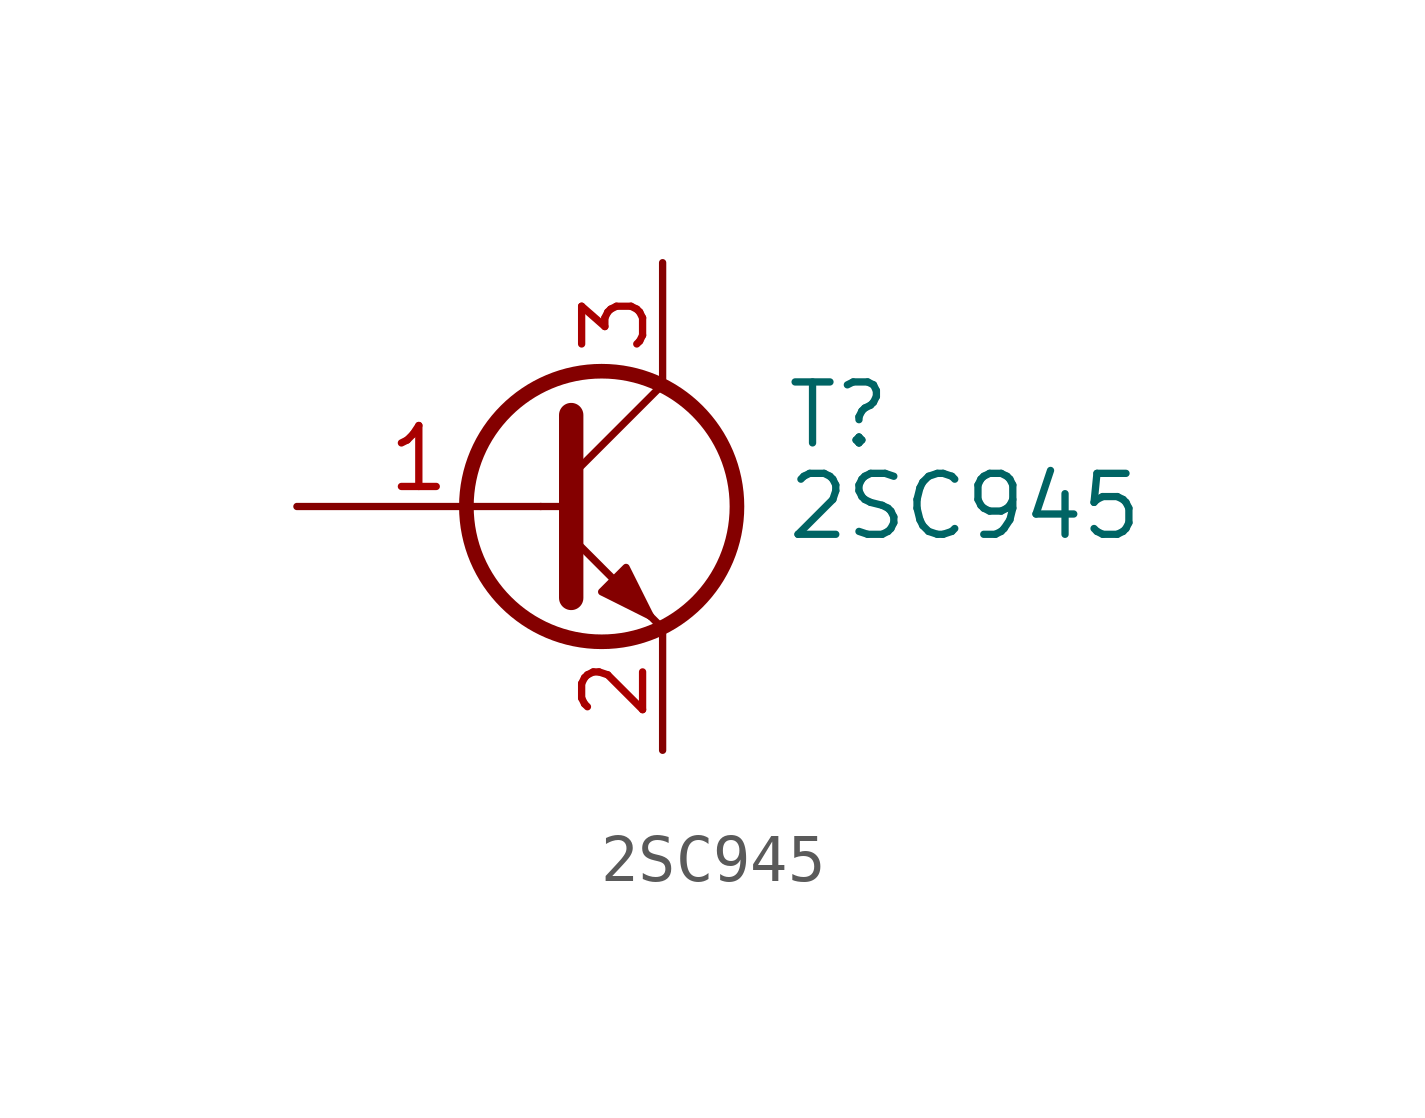
<source format=kicad_sym>
(kicad_symbol_lib
  (version 20220914)
  (generator kicad_symbol_editor)
  (symbol "2SC945"
    (pin_names
      (offset 0) hide)
    (property "Reference" "T"
      (at 5.08 1.905 0)
      (effects (font (size 1.27 1.27)) (justify left)))
    (property "Value" "2SC945"
      (at 5.08 0 0)
      (effects (font (size 1.27 1.27)) (justify left)))
    (symbol "2SC945_0_1"
      (polyline (pts (xy 0 0) (xy 0.635 0)) (stroke (width 0) (type default)) (fill (type none)))
      (polyline (pts (xy 2.54 2.54) (xy 0.635 0.635)) (stroke (width 0) (type default)) (fill (type none)))
      (polyline (pts (xy 0.635 1.905) (xy 0.635 -1.905) (xy 0.635 -1.905)) (stroke (width 0.508) (type default)) (fill (type none)))
      (polyline (pts (xy 2.286 -2.286) (xy 1.778 -1.778) (xy 1.778 -1.778)) (stroke (width 0) (type default)) (fill (type none)))
      (polyline (pts (xy 2.54 -2.54) (xy 0.635 -0.635) (xy 1.27 -1.27)) (stroke (width 0) (type default)) (fill (type outline)))
      (polyline (pts (xy 1.27 -1.778) (xy 1.778 -1.27) (xy 2.286 -2.286) (xy 1.27 -1.778) (xy 1.27 -1.778)) (stroke (width 0) (type default)) (fill (type outline)))
      (circle (center 1.27 0) (radius 2.819) (stroke (width 0.305) (type default)) (fill (type none))))
    (symbol "2SC945_1_1"
      (pin input line (at -5.08 0 0) (length 5.08) (name "B" (effects (font (size 1.27 1.27)))) (number "1" (effects (font (size 1.27 1.27)))))
      (pin passive line (at 2.54 -5.08 90) (length 2.54) (name "E" (effects (font (size 1.27 1.27)))) (number "2" (effects (font (size 1.27 1.27)))))
      (pin passive line (at 2.54 5.08 270) (length 2.54) (name "C" (effects (font (size 1.27 1.27)))) (number "3" (effects (font (size 1.27 1.27))))))))
</source>
